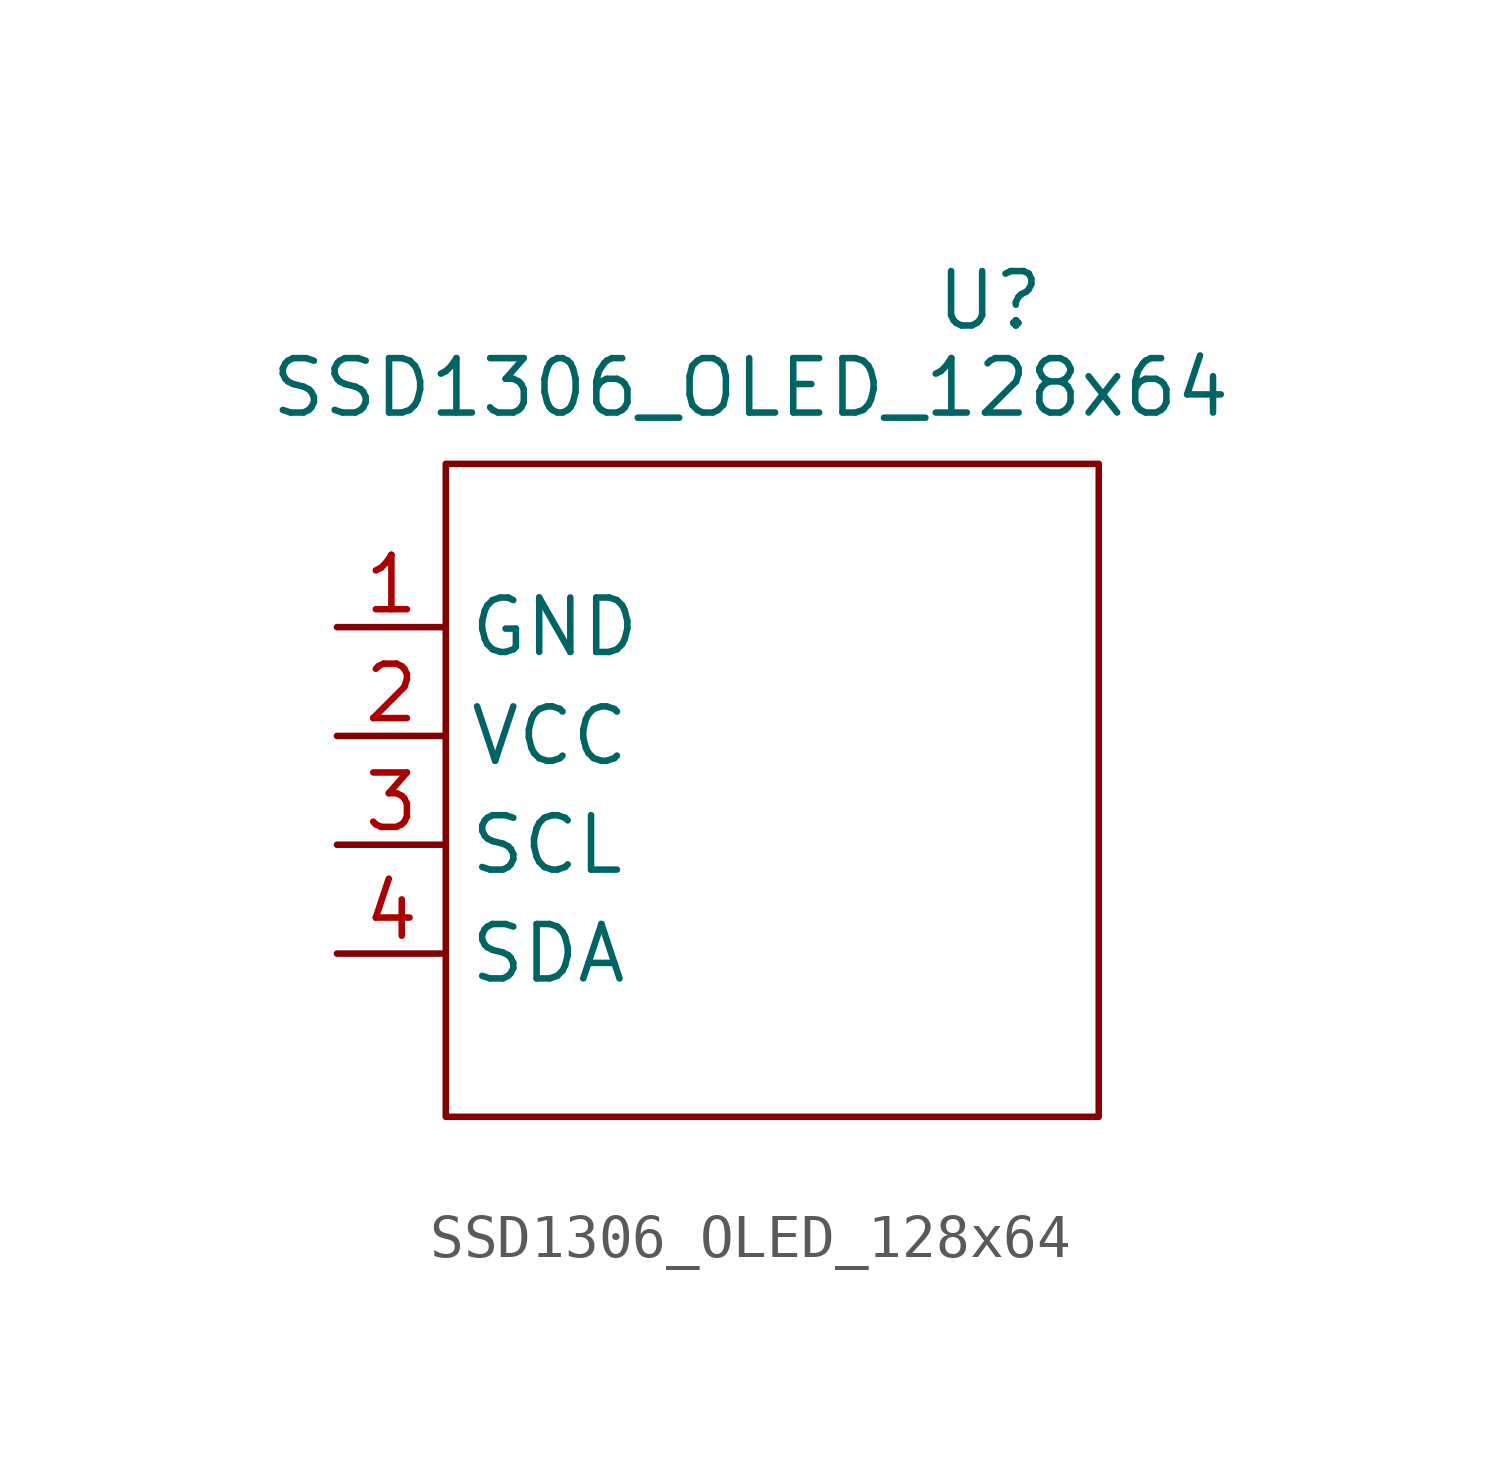
<source format=kicad_sym>
(kicad_symbol_lib
  (version 20241209)
  (generator "kicad_symbol_editor")
  (generator_version "9.0")
  (symbol "SSD1306_OLED_128x64"
    (property "Reference" "U"
      (at 15.24 3.81 0)
      (effects (font (size 1.27 1.27))))
    (property "Value" "SSD1306_OLED_128x64"
      (at 9.652 1.778 0)
      (effects (font (size 1.27 1.27))))
    (symbol "SSD1306_OLED_128x64_0_1"
      (rectangle (start 2.54 0) (end 17.78 -15.24) (stroke (width 0) (type default)) (fill (type none))))
    (symbol "SSD1306_OLED_128x64_1_1"
      (pin power_in line (at 0 -3.81 0) (length 2.54) (name "GND" (effects (font (size 1.27 1.27)))) (number "1" (effects (font (size 1.27 1.27)))))
      (pin power_in line (at 0 -6.35 0) (length 2.54) (name "VCC" (effects (font (size 1.27 1.27)))) (number "2" (effects (font (size 1.27 1.27)))))
      (pin bidirectional line (at 0 -8.89 0) (length 2.54) (name "SCL" (effects (font (size 1.27 1.27)))) (number "3" (effects (font (size 1.27 1.27)))))
      (pin bidirectional line (at 0 -11.43 0) (length 2.54) (name "SDA" (effects (font (size 1.27 1.27)))) (number "4" (effects (font (size 1.27 1.27))))))))
</source>
